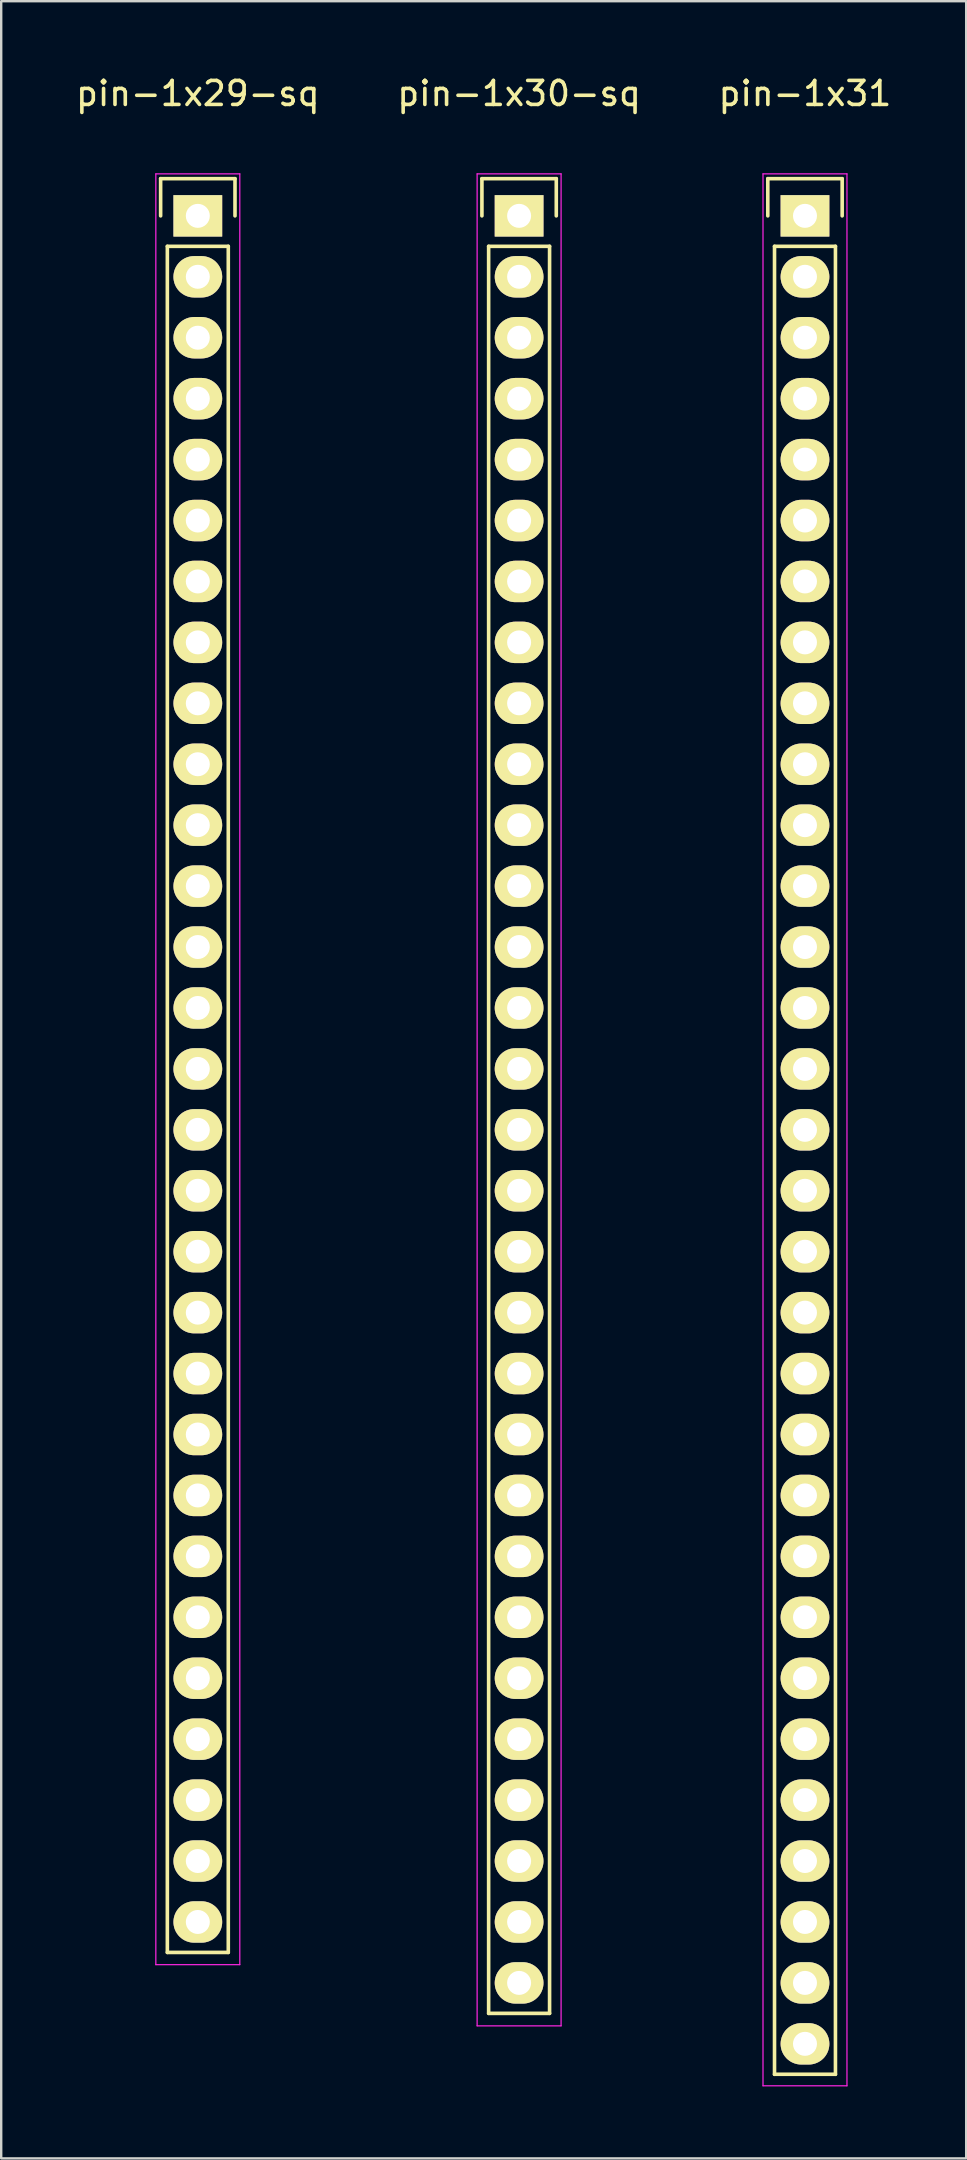
<source format=kicad_pcb>
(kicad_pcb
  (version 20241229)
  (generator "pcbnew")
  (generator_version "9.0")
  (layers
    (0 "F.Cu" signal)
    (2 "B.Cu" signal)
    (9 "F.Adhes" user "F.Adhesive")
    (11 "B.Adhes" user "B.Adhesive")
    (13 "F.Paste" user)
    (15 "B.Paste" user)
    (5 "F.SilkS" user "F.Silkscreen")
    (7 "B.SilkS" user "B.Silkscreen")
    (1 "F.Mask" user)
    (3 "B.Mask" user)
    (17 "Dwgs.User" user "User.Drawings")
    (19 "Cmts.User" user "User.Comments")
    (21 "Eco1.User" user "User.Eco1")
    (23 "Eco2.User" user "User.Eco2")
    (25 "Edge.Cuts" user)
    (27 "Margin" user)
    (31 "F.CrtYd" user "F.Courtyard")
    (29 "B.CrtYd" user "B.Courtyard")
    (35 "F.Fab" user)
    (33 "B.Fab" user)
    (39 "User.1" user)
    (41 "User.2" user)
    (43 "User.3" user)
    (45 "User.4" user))
  (footprint "pin-1x29-sq"
    (layer "F.Cu")
    (at 5.196 5.948)
    (property "Reference" "pin-1x29-sq" (at 0 -5.1 0) (layer "F.SilkS") (effects (font (size 1 1) (thickness 0.15))))
    (attr through_hole)
    (fp_line (start -1.55 -1.55) (end 1.55 -1.55) (stroke (width 0.15) (type solid)) (layer "F.SilkS"))
    (fp_line (start -1.55 0) (end -1.55 -1.55) (stroke (width 0.15) (type solid)) (layer "F.SilkS"))
    (fp_line (start -1.27 1.27) (end -1.27 72.39) (stroke (width 0.15) (type solid)) (layer "F.SilkS"))
    (fp_line (start -1.27 72.39) (end 1.27 72.39) (stroke (width 0.15) (type solid)) (layer "F.SilkS"))
    (fp_line (start 1.27 1.27) (end -1.27 1.27) (stroke (width 0.15) (type solid)) (layer "F.SilkS"))
    (fp_line (start 1.27 72.39) (end 1.27 1.27) (stroke (width 0.15) (type solid)) (layer "F.SilkS"))
    (fp_line (start 1.55 -1.55) (end 1.55 0) (stroke (width 0.15) (type solid)) (layer "F.SilkS"))
    (fp_line (start -1.75 -1.75) (end -1.75 72.9) (stroke (width 0.05) (type solid)) (layer "F.CrtYd"))
    (fp_line (start -1.75 -1.75) (end 1.75 -1.75) (stroke (width 0.05) (type solid)) (layer "F.CrtYd"))
    (fp_line (start -1.75 72.9) (end 1.75 72.9) (stroke (width 0.05) (type solid)) (layer "F.CrtYd"))
    (fp_line (start 1.75 -1.75) (end 1.75 72.9) (stroke (width 0.05) (type solid)) (layer "F.CrtYd"))
    (pad "1" thru_hole rect (at 0 0) (size 2.032 1.727) (drill 1) (layers "*.Cu" "*.Mask" "F.SilkS"))
    (pad "2" thru_hole oval (at 0 2.54) (size 2.032 1.727) (drill 1) (layers "*.Cu" "*.Mask" "F.SilkS"))
    (pad "3" thru_hole oval (at 0 5.08) (size 2.032 1.727) (drill 1) (layers "*.Cu" "*.Mask" "F.SilkS"))
    (pad "4" thru_hole oval (at 0 7.62) (size 2.032 1.727) (drill 1) (layers "*.Cu" "*.Mask" "F.SilkS"))
    (pad "5" thru_hole oval (at 0 10.16) (size 2.032 1.727) (drill 1) (layers "*.Cu" "*.Mask" "F.SilkS"))
    (pad "6" thru_hole oval (at 0 12.7) (size 2.032 1.727) (drill 1) (layers "*.Cu" "*.Mask" "F.SilkS"))
    (pad "7" thru_hole oval (at 0 15.24) (size 2.032 1.727) (drill 1) (layers "*.Cu" "*.Mask" "F.SilkS"))
    (pad "8" thru_hole oval (at 0 17.78) (size 2.032 1.727) (drill 1) (layers "*.Cu" "*.Mask" "F.SilkS"))
    (pad "9" thru_hole oval (at 0 20.32) (size 2.032 1.727) (drill 1) (layers "*.Cu" "*.Mask" "F.SilkS"))
    (pad "10" thru_hole oval (at 0 22.86) (size 2.032 1.727) (drill 1) (layers "*.Cu" "*.Mask" "F.SilkS"))
    (pad "11" thru_hole oval (at 0 25.4) (size 2.032 1.727) (drill 1) (layers "*.Cu" "*.Mask" "F.SilkS"))
    (pad "12" thru_hole oval (at 0 27.94) (size 2.032 1.727) (drill 1) (layers "*.Cu" "*.Mask" "F.SilkS"))
    (pad "13" thru_hole oval (at 0 30.48) (size 2.032 1.727) (drill 1) (layers "*.Cu" "*.Mask" "F.SilkS"))
    (pad "14" thru_hole oval (at 0 33.02) (size 2.032 1.727) (drill 1) (layers "*.Cu" "*.Mask" "F.SilkS"))
    (pad "15" thru_hole oval (at 0 35.56) (size 2.032 1.727) (drill 1) (layers "*.Cu" "*.Mask" "F.SilkS"))
    (pad "16" thru_hole oval (at 0 38.1) (size 2.032 1.727) (drill 1) (layers "*.Cu" "*.Mask" "F.SilkS"))
    (pad "17" thru_hole oval (at 0 40.64) (size 2.032 1.727) (drill 1) (layers "*.Cu" "*.Mask" "F.SilkS"))
    (pad "18" thru_hole oval (at 0 43.18) (size 2.032 1.727) (drill 1) (layers "*.Cu" "*.Mask" "F.SilkS"))
    (pad "19" thru_hole oval (at 0 45.72) (size 2.032 1.727) (drill 1) (layers "*.Cu" "*.Mask" "F.SilkS"))
    (pad "20" thru_hole oval (at 0 48.26) (size 2.032 1.727) (drill 1) (layers "*.Cu" "*.Mask" "F.SilkS"))
    (pad "21" thru_hole oval (at 0 50.8) (size 2.032 1.727) (drill 1) (layers "*.Cu" "*.Mask" "F.SilkS"))
    (pad "22" thru_hole oval (at 0 53.34) (size 2.032 1.727) (drill 1) (layers "*.Cu" "*.Mask" "F.SilkS"))
    (pad "23" thru_hole oval (at 0 55.88) (size 2.032 1.727) (drill 1) (layers "*.Cu" "*.Mask" "F.SilkS"))
    (pad "24" thru_hole oval (at 0 58.42) (size 2.032 1.727) (drill 1) (layers "*.Cu" "*.Mask" "F.SilkS"))
    (pad "25" thru_hole oval (at 0 60.96) (size 2.032 1.727) (drill 1) (layers "*.Cu" "*.Mask" "F.SilkS"))
    (pad "26" thru_hole oval (at 0 63.5) (size 2.032 1.727) (drill 1) (layers "*.Cu" "*.Mask" "F.SilkS"))
    (pad "27" thru_hole oval (at 0 66.04) (size 2.032 1.727) (drill 1) (layers "*.Cu" "*.Mask" "F.SilkS"))
    (pad "28" thru_hole oval (at 0 68.58) (size 2.032 1.727) (drill 1) (layers "*.Cu" "*.Mask" "F.SilkS"))
    (pad "29" thru_hole oval (at 0 71.12) (size 2.032 1.727) (drill 1) (layers "*.Cu" "*.Mask" "F.SilkS")))
  (footprint "pin-1x30-sq"
    (layer "F.Cu")
    (at 18.589 5.948)
    (property "Reference" "pin-1x30-sq" (at 0 -5.1 0) (layer "F.SilkS") (effects (font (size 1 1) (thickness 0.15))))
    (attr through_hole)
    (fp_line (start -1.55 -1.55) (end 1.55 -1.55) (stroke (width 0.15) (type solid)) (layer "F.SilkS"))
    (fp_line (start -1.55 0) (end -1.55 -1.55) (stroke (width 0.15) (type solid)) (layer "F.SilkS"))
    (fp_line (start -1.27 1.27) (end -1.27 74.93) (stroke (width 0.15) (type solid)) (layer "F.SilkS"))
    (fp_line (start -1.27 74.93) (end 1.27 74.93) (stroke (width 0.15) (type solid)) (layer "F.SilkS"))
    (fp_line (start 1.27 1.27) (end -1.27 1.27) (stroke (width 0.15) (type solid)) (layer "F.SilkS"))
    (fp_line (start 1.27 74.93) (end 1.27 1.27) (stroke (width 0.15) (type solid)) (layer "F.SilkS"))
    (fp_line (start 1.55 -1.55) (end 1.55 0) (stroke (width 0.15) (type solid)) (layer "F.SilkS"))
    (fp_line (start -1.75 -1.75) (end -1.75 75.45) (stroke (width 0.05) (type solid)) (layer "F.CrtYd"))
    (fp_line (start -1.75 -1.75) (end 1.75 -1.75) (stroke (width 0.05) (type solid)) (layer "F.CrtYd"))
    (fp_line (start -1.75 75.45) (end 1.75 75.45) (stroke (width 0.05) (type solid)) (layer "F.CrtYd"))
    (fp_line (start 1.75 -1.75) (end 1.75 75.45) (stroke (width 0.05) (type solid)) (layer "F.CrtYd"))
    (pad "1" thru_hole rect (at 0 0) (size 2.032 1.727) (drill 1) (layers "*.Cu" "*.Mask" "F.SilkS"))
    (pad "2" thru_hole oval (at 0 2.54) (size 2.032 1.727) (drill 1) (layers "*.Cu" "*.Mask" "F.SilkS"))
    (pad "3" thru_hole oval (at 0 5.08) (size 2.032 1.727) (drill 1) (layers "*.Cu" "*.Mask" "F.SilkS"))
    (pad "4" thru_hole oval (at 0 7.62) (size 2.032 1.727) (drill 1) (layers "*.Cu" "*.Mask" "F.SilkS"))
    (pad "5" thru_hole oval (at 0 10.16) (size 2.032 1.727) (drill 1) (layers "*.Cu" "*.Mask" "F.SilkS"))
    (pad "6" thru_hole oval (at 0 12.7) (size 2.032 1.727) (drill 1) (layers "*.Cu" "*.Mask" "F.SilkS"))
    (pad "7" thru_hole oval (at 0 15.24) (size 2.032 1.727) (drill 1) (layers "*.Cu" "*.Mask" "F.SilkS"))
    (pad "8" thru_hole oval (at 0 17.78) (size 2.032 1.727) (drill 1) (layers "*.Cu" "*.Mask" "F.SilkS"))
    (pad "9" thru_hole oval (at 0 20.32) (size 2.032 1.727) (drill 1) (layers "*.Cu" "*.Mask" "F.SilkS"))
    (pad "10" thru_hole oval (at 0 22.86) (size 2.032 1.727) (drill 1) (layers "*.Cu" "*.Mask" "F.SilkS"))
    (pad "11" thru_hole oval (at 0 25.4) (size 2.032 1.727) (drill 1) (layers "*.Cu" "*.Mask" "F.SilkS"))
    (pad "12" thru_hole oval (at 0 27.94) (size 2.032 1.727) (drill 1) (layers "*.Cu" "*.Mask" "F.SilkS"))
    (pad "13" thru_hole oval (at 0 30.48) (size 2.032 1.727) (drill 1) (layers "*.Cu" "*.Mask" "F.SilkS"))
    (pad "14" thru_hole oval (at 0 33.02) (size 2.032 1.727) (drill 1) (layers "*.Cu" "*.Mask" "F.SilkS"))
    (pad "15" thru_hole oval (at 0 35.56) (size 2.032 1.727) (drill 1) (layers "*.Cu" "*.Mask" "F.SilkS"))
    (pad "16" thru_hole oval (at 0 38.1) (size 2.032 1.727) (drill 1) (layers "*.Cu" "*.Mask" "F.SilkS"))
    (pad "17" thru_hole oval (at 0 40.64) (size 2.032 1.727) (drill 1) (layers "*.Cu" "*.Mask" "F.SilkS"))
    (pad "18" thru_hole oval (at 0 43.18) (size 2.032 1.727) (drill 1) (layers "*.Cu" "*.Mask" "F.SilkS"))
    (pad "19" thru_hole oval (at 0 45.72) (size 2.032 1.727) (drill 1) (layers "*.Cu" "*.Mask" "F.SilkS"))
    (pad "20" thru_hole oval (at 0 48.26) (size 2.032 1.727) (drill 1) (layers "*.Cu" "*.Mask" "F.SilkS"))
    (pad "21" thru_hole oval (at 0 50.8) (size 2.032 1.727) (drill 1) (layers "*.Cu" "*.Mask" "F.SilkS"))
    (pad "22" thru_hole oval (at 0 53.34) (size 2.032 1.727) (drill 1) (layers "*.Cu" "*.Mask" "F.SilkS"))
    (pad "23" thru_hole oval (at 0 55.88) (size 2.032 1.727) (drill 1) (layers "*.Cu" "*.Mask" "F.SilkS"))
    (pad "24" thru_hole oval (at 0 58.42) (size 2.032 1.727) (drill 1) (layers "*.Cu" "*.Mask" "F.SilkS"))
    (pad "25" thru_hole oval (at 0 60.96) (size 2.032 1.727) (drill 1) (layers "*.Cu" "*.Mask" "F.SilkS"))
    (pad "26" thru_hole oval (at 0 63.5) (size 2.032 1.727) (drill 1) (layers "*.Cu" "*.Mask" "F.SilkS"))
    (pad "27" thru_hole oval (at 0 66.04) (size 2.032 1.727) (drill 1) (layers "*.Cu" "*.Mask" "F.SilkS"))
    (pad "28" thru_hole oval (at 0 68.58) (size 2.032 1.727) (drill 1) (layers "*.Cu" "*.Mask" "F.SilkS"))
    (pad "29" thru_hole oval (at 0 71.12) (size 2.032 1.727) (drill 1) (layers "*.Cu" "*.Mask" "F.SilkS"))
    (pad "30" thru_hole oval (at 0 73.66) (size 2.032 1.727) (drill 1) (layers "*.Cu" "*.Mask" "F.SilkS")))
  (footprint "pin-1x31"
    (layer "F.Cu")
    (at 30.506 5.948)
    (property "Reference" "pin-1x31" (at 0 -5.1 0) (layer "F.SilkS") (effects (font (size 1 1) (thickness 0.15))))
    (attr through_hole)
    (fp_line (start -1.55 -1.55) (end 1.55 -1.55) (stroke (width 0.15) (type solid)) (layer "F.SilkS"))
    (fp_line (start -1.55 0) (end -1.55 -1.55) (stroke (width 0.15) (type solid)) (layer "F.SilkS"))
    (fp_line (start -1.27 1.27) (end -1.27 77.47) (stroke (width 0.15) (type solid)) (layer "F.SilkS"))
    (fp_line (start -1.27 77.47) (end 1.27 77.47) (stroke (width 0.15) (type solid)) (layer "F.SilkS"))
    (fp_line (start 1.27 1.27) (end -1.27 1.27) (stroke (width 0.15) (type solid)) (layer "F.SilkS"))
    (fp_line (start 1.27 77.47) (end 1.27 1.27) (stroke (width 0.15) (type solid)) (layer "F.SilkS"))
    (fp_line (start 1.55 -1.55) (end 1.55 0) (stroke (width 0.15) (type solid)) (layer "F.SilkS"))
    (fp_line (start -1.75 -1.75) (end -1.75 77.95) (stroke (width 0.05) (type solid)) (layer "F.CrtYd"))
    (fp_line (start -1.75 -1.75) (end 1.75 -1.75) (stroke (width 0.05) (type solid)) (layer "F.CrtYd"))
    (fp_line (start -1.75 77.95) (end 1.75 77.95) (stroke (width 0.05) (type solid)) (layer "F.CrtYd"))
    (fp_line (start 1.75 -1.75) (end 1.75 77.95) (stroke (width 0.05) (type solid)) (layer "F.CrtYd"))
    (pad "1" thru_hole rect (at 0 0) (size 2.032 1.727) (drill 1) (layers "*.Cu" "*.Mask" "F.SilkS"))
    (pad "2" thru_hole oval (at 0 2.54) (size 2.032 1.727) (drill 1) (layers "*.Cu" "*.Mask" "F.SilkS"))
    (pad "3" thru_hole oval (at 0 5.08) (size 2.032 1.727) (drill 1) (layers "*.Cu" "*.Mask" "F.SilkS"))
    (pad "4" thru_hole oval (at 0 7.62) (size 2.032 1.727) (drill 1) (layers "*.Cu" "*.Mask" "F.SilkS"))
    (pad "5" thru_hole oval (at 0 10.16) (size 2.032 1.727) (drill 1) (layers "*.Cu" "*.Mask" "F.SilkS"))
    (pad "6" thru_hole oval (at 0 12.7) (size 2.032 1.727) (drill 1) (layers "*.Cu" "*.Mask" "F.SilkS"))
    (pad "7" thru_hole oval (at 0 15.24) (size 2.032 1.727) (drill 1) (layers "*.Cu" "*.Mask" "F.SilkS"))
    (pad "8" thru_hole oval (at 0 17.78) (size 2.032 1.727) (drill 1) (layers "*.Cu" "*.Mask" "F.SilkS"))
    (pad "9" thru_hole oval (at 0 20.32) (size 2.032 1.727) (drill 1) (layers "*.Cu" "*.Mask" "F.SilkS"))
    (pad "10" thru_hole oval (at 0 22.86) (size 2.032 1.727) (drill 1) (layers "*.Cu" "*.Mask" "F.SilkS"))
    (pad "11" thru_hole oval (at 0 25.4) (size 2.032 1.727) (drill 1) (layers "*.Cu" "*.Mask" "F.SilkS"))
    (pad "12" thru_hole oval (at 0 27.94) (size 2.032 1.727) (drill 1) (layers "*.Cu" "*.Mask" "F.SilkS"))
    (pad "13" thru_hole oval (at 0 30.48) (size 2.032 1.727) (drill 1) (layers "*.Cu" "*.Mask" "F.SilkS"))
    (pad "14" thru_hole oval (at 0 33.02) (size 2.032 1.727) (drill 1) (layers "*.Cu" "*.Mask" "F.SilkS"))
    (pad "15" thru_hole oval (at 0 35.56) (size 2.032 1.727) (drill 1) (layers "*.Cu" "*.Mask" "F.SilkS"))
    (pad "16" thru_hole oval (at 0 38.1) (size 2.032 1.727) (drill 1) (layers "*.Cu" "*.Mask" "F.SilkS"))
    (pad "17" thru_hole oval (at 0 40.64) (size 2.032 1.727) (drill 1) (layers "*.Cu" "*.Mask" "F.SilkS"))
    (pad "18" thru_hole oval (at 0 43.18) (size 2.032 1.727) (drill 1) (layers "*.Cu" "*.Mask" "F.SilkS"))
    (pad "19" thru_hole oval (at 0 45.72) (size 2.032 1.727) (drill 1) (layers "*.Cu" "*.Mask" "F.SilkS"))
    (pad "20" thru_hole oval (at 0 48.26) (size 2.032 1.727) (drill 1) (layers "*.Cu" "*.Mask" "F.SilkS"))
    (pad "21" thru_hole oval (at 0 50.8) (size 2.032 1.727) (drill 1) (layers "*.Cu" "*.Mask" "F.SilkS"))
    (pad "22" thru_hole oval (at 0 53.34) (size 2.032 1.727) (drill 1) (layers "*.Cu" "*.Mask" "F.SilkS"))
    (pad "23" thru_hole oval (at 0 55.88) (size 2.032 1.727) (drill 1) (layers "*.Cu" "*.Mask" "F.SilkS"))
    (pad "24" thru_hole oval (at 0 58.42) (size 2.032 1.727) (drill 1) (layers "*.Cu" "*.Mask" "F.SilkS"))
    (pad "25" thru_hole oval (at 0 60.96) (size 2.032 1.727) (drill 1) (layers "*.Cu" "*.Mask" "F.SilkS"))
    (pad "26" thru_hole oval (at 0 63.5) (size 2.032 1.727) (drill 1) (layers "*.Cu" "*.Mask" "F.SilkS"))
    (pad "27" thru_hole oval (at 0 66.04) (size 2.032 1.727) (drill 1) (layers "*.Cu" "*.Mask" "F.SilkS"))
    (pad "28" thru_hole oval (at 0 68.58) (size 2.032 1.727) (drill 1) (layers "*.Cu" "*.Mask" "F.SilkS"))
    (pad "29" thru_hole oval (at 0 71.12) (size 2.032 1.727) (drill 1) (layers "*.Cu" "*.Mask" "F.SilkS"))
    (pad "30" thru_hole oval (at 0 73.66) (size 2.032 1.727) (drill 1) (layers "*.Cu" "*.Mask" "F.SilkS"))
    (pad "31" thru_hole oval (at 0 76.2) (size 2.032 1.727) (drill 1) (layers "*.Cu" "*.Mask" "F.SilkS")))
  (gr_rect
    (start -3 -3)
    (end 37.226 86.923)
    (stroke (width 0.1) (type default))
    (fill no)
    (layer "Edge.Cuts")))
</source>
